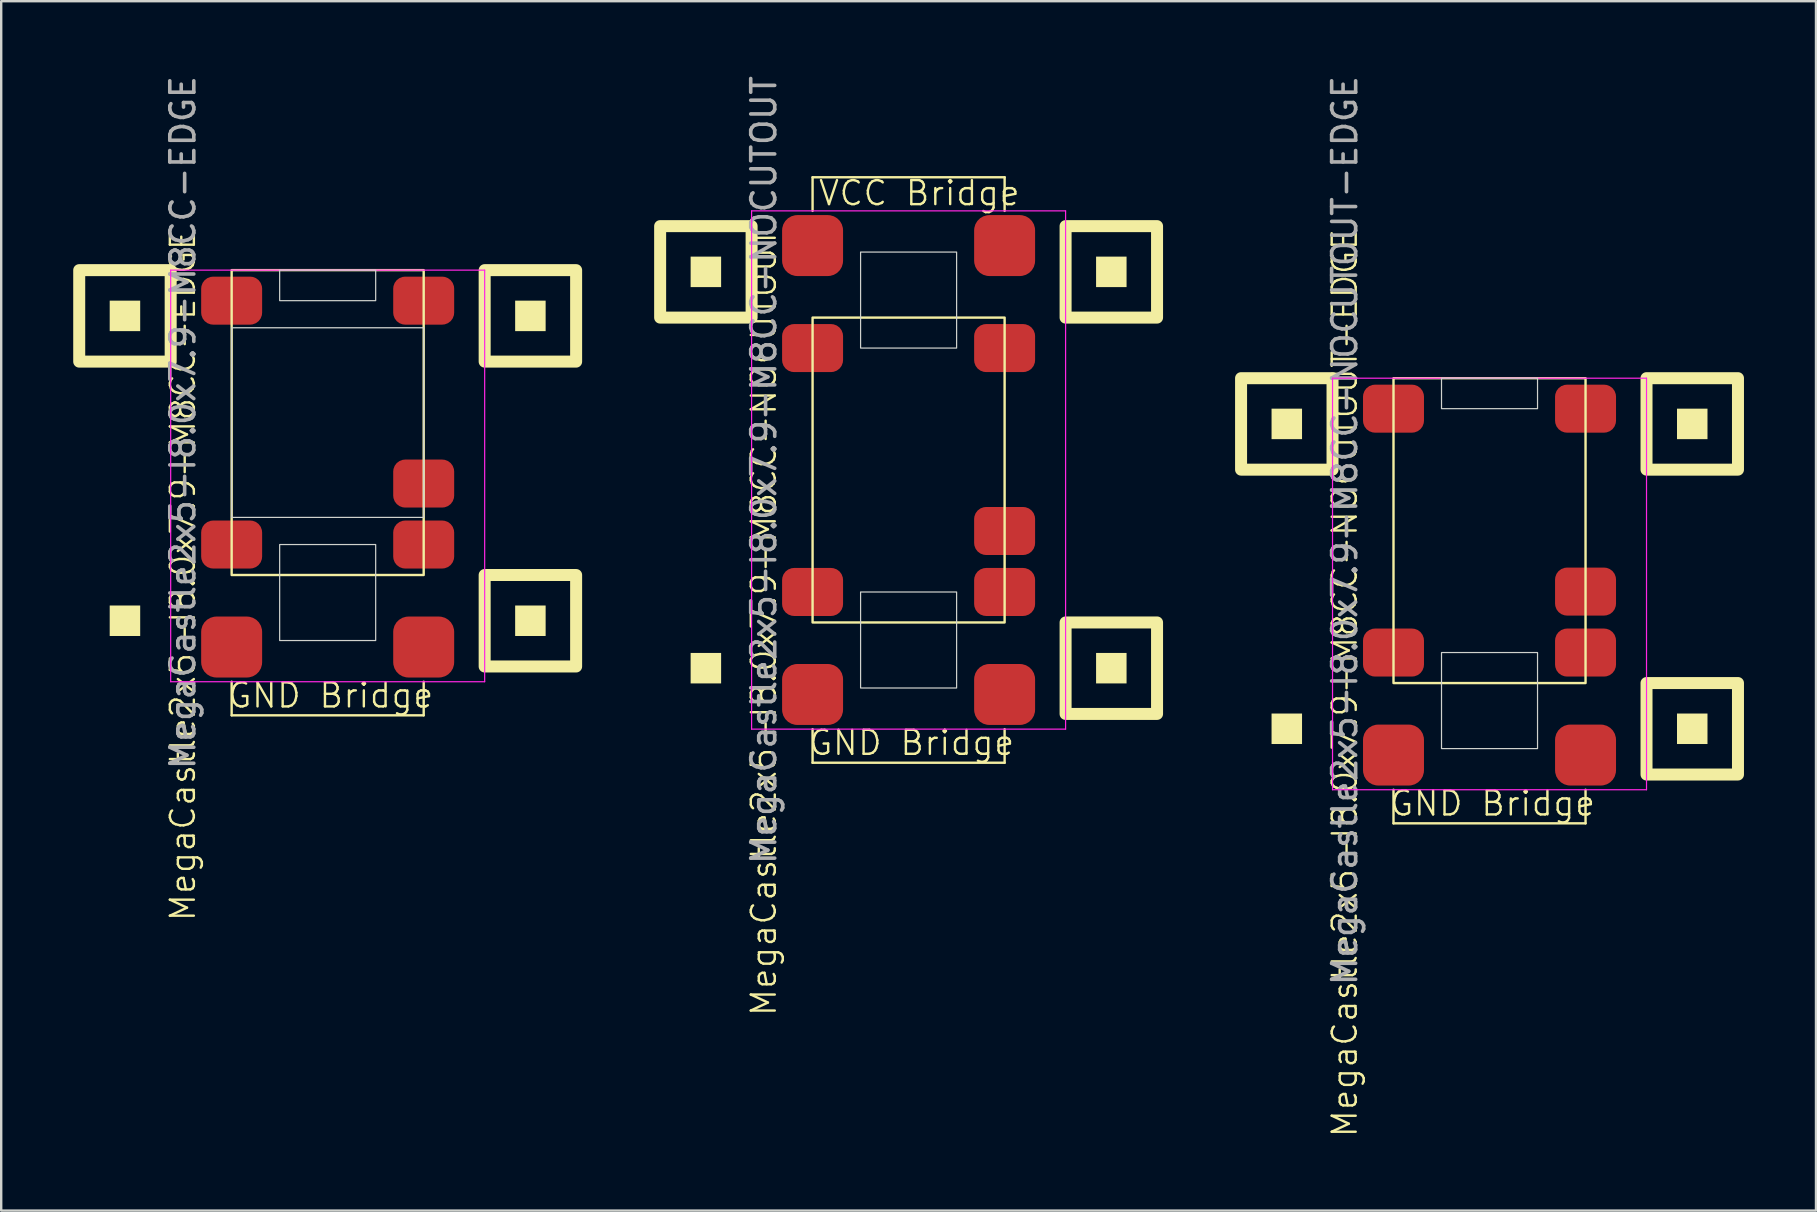
<source format=kicad_pcb>
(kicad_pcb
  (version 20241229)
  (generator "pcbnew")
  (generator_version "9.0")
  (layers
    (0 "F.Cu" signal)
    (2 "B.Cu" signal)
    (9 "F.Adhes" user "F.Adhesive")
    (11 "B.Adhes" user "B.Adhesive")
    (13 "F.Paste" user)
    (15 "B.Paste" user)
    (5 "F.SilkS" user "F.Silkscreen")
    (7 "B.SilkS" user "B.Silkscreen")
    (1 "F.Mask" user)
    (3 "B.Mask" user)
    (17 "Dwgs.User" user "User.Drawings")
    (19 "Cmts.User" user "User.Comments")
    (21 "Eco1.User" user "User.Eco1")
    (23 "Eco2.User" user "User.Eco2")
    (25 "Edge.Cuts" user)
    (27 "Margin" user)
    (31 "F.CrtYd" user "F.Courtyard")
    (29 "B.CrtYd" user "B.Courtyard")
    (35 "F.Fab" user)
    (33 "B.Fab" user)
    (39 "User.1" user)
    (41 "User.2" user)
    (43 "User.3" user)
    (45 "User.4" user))
  (footprint "MegaCastle2x5-I8.0x7.9-M8CC-EDGE"
    (layer "F.Cu")
    (at 10.6 14.554)
    (property "Reference" "MegaCastle2x5-I8.0x7.9-M8CC-EDGE" (at -6.032 6.35 90) (unlocked yes) (layer "F.SilkS") (effects (font (size 1 1) (thickness 0.1))))
    (attr smd)
    (fp_line (start -4 10.795) (end -4 12.195) (stroke (width 0.1) (type default)) (layer "F.SilkS"))
    (fp_line (start -4 12.195) (end 4 12.195) (stroke (width 0.1) (type default)) (layer "F.SilkS"))
    (fp_line (start 4 10.795) (end 4 12.195) (stroke (width 0.1) (type default)) (layer "F.SilkS"))
    (fp_rect (start -7.81 -3.81) (end -9.08 -5.08) (stroke (width 0) (type solid)) (fill yes) (layer "F.SilkS"))
    (fp_rect (start -7.81 8.89) (end -9.08 7.62) (stroke (width 0) (type solid)) (fill yes) (layer "F.SilkS"))
    (fp_rect (start -6.54 -2.54) (end -10.35 -6.35) (stroke (width 0.5) (type default)) (fill no) (layer "F.SilkS"))
    (fp_rect (start -4 -6.35) (end 4 6.35) (stroke (width 0.1) (type default)) (fill no) (layer "F.SilkS"))
    (fp_rect (start 9.08 -3.81) (end 7.81 -5.08) (stroke (width 0) (type solid)) (fill yes) (layer "F.SilkS"))
    (fp_rect (start 9.08 8.89) (end 7.81 7.62) (stroke (width 0) (type solid)) (fill yes) (layer "F.SilkS"))
    (fp_rect (start 10.35 -2.54) (end 6.54 -6.35) (stroke (width 0.5) (type default)) (fill no) (layer "F.SilkS"))
    (fp_rect (start 10.35 10.16) (end 6.54 6.35) (stroke (width 0.5) (type default)) (fill no) (layer "F.SilkS"))
    (fp_rect (start -4 -3.95) (end 4 3.95) (stroke (width 0.05) (type default)) (fill no) (layer "Edge.Cuts"))
    (fp_rect (start -2 -5.08) (end 2 -6.35) (stroke (width 0.05) (type default)) (fill no) (layer "Edge.Cuts"))
    (fp_rect (start -2 5.08) (end 2 9.08) (stroke (width 0.05) (type default)) (fill no) (layer "Edge.Cuts"))
    (fp_line (start -6.54 -6.35) (end -6.54 10.795) (stroke (width 0.05) (type default)) (layer "F.CrtYd"))
    (fp_line (start -6.54 10.795) (end 6.54 10.795) (stroke (width 0.05) (type default)) (layer "F.CrtYd"))
    (fp_line (start 6.54 -6.35) (end -6.54 -6.35) (stroke (width 0.05) (type default)) (layer "F.CrtYd"))
    (fp_line (start 6.54 -6.35) (end 6.54 10.795) (stroke (width 0.05) (type default)) (layer "F.CrtYd"))
    (fp_text user "GND Bridge" (at -4.226 11.95 0) (unlocked yes) (layer "F.SilkS") (effects (font (size 1 1) (thickness 0.1)) (justify left bottom)))
    (fp_text user "${REFERENCE}" (at -6.032 0 90) (unlocked yes) (layer "F.Fab") (effects (font (size 1 1) (thickness 0.15))))
    (pad "1" smd roundrect (at -4 -5.08) (size 2.54 2) (layers "F.Cu" "F.Mask" "F.Paste") (roundrect_rratio 0.25))
    (pad "5" smd roundrect (at -4 5.08) (size 2.54 2) (layers "F.Cu" "F.Mask" "F.Paste") (roundrect_rratio 0.25))
    (pad "6" smd roundrect (at 4 -5.08) (size 2.54 2) (layers "F.Cu" "F.Mask" "F.Paste") (roundrect_rratio 0.25))
    (pad "9" smd roundrect (at 4 2.54) (size 2.54 2) (layers "F.Cu" "F.Mask" "F.Paste") (roundrect_rratio 0.25))
    (pad "10" smd roundrect (at 4 5.08) (size 2.54 2) (layers "F.Cu" "F.Mask" "F.Paste") (roundrect_rratio 0.25))
    (pad "B1" smd roundrect (at -4 9.35) (size 2.54 2.54) (layers "F.Cu" "F.Mask" "F.Paste") (roundrect_rratio 0.25))
    (pad "B2" smd roundrect (at 4 9.35) (size 2.54 2.54) (layers "F.Cu" "F.Mask" "F.Paste") (roundrect_rratio 0.25)))
  (footprint "MegaCastle2x5-I8.0x7.9-M8CC-NOCUTOUT"
    (layer "F.Cu")
    (at 34.8 16.53)
    (property "Reference" "MegaCastle2x5-I8.0x7.9-M8CC-NOCUTOUT" (at -6.032 6.35 90) (unlocked yes) (layer "F.SilkS") (effects (font (size 1 1) (thickness 0.1))))
    (attr smd)
    (fp_line (start -4 -12.195) (end 4 -12.195) (stroke (width 0.1) (type default)) (layer "F.SilkS"))
    (fp_line (start -4 -10.795) (end -4 -12.195) (stroke (width 0.1) (type default)) (layer "F.SilkS"))
    (fp_line (start -4 10.795) (end -4 12.195) (stroke (width 0.1) (type default)) (layer "F.SilkS"))
    (fp_line (start -4 12.195) (end 4 12.195) (stroke (width 0.1) (type default)) (layer "F.SilkS"))
    (fp_line (start 4 -10.795) (end 4 -12.195) (stroke (width 0.1) (type default)) (layer "F.SilkS"))
    (fp_line (start 4 10.795) (end 4 12.195) (stroke (width 0.1) (type default)) (layer "F.SilkS"))
    (fp_rect (start -7.81 -7.62) (end -9.08 -8.89) (stroke (width 0) (type solid)) (fill yes) (layer "F.SilkS"))
    (fp_rect (start -7.81 8.89) (end -9.08 7.62) (stroke (width 0) (type solid)) (fill yes) (layer "F.SilkS"))
    (fp_rect (start -6.54 -6.35) (end -10.35 -10.16) (stroke (width 0.5) (type default)) (fill no) (layer "F.SilkS"))
    (fp_rect (start -4 -6.35) (end 4 6.35) (stroke (width 0.1) (type default)) (fill no) (layer "F.SilkS"))
    (fp_rect (start 9.08 -7.62) (end 7.81 -8.89) (stroke (width 0) (type solid)) (fill yes) (layer "F.SilkS"))
    (fp_rect (start 9.08 8.89) (end 7.81 7.62) (stroke (width 0) (type solid)) (fill yes) (layer "F.SilkS"))
    (fp_rect (start 10.35 -6.35) (end 6.54 -10.16) (stroke (width 0.5) (type default)) (fill no) (layer "F.SilkS"))
    (fp_rect (start 10.35 10.16) (end 6.54 6.35) (stroke (width 0.5) (type default)) (fill no) (layer "F.SilkS"))
    (fp_rect (start -2 -5.08) (end 2 -9.08) (stroke (width 0.05) (type default)) (fill no) (layer "Edge.Cuts"))
    (fp_rect (start -2 5.08) (end 2 9.08) (stroke (width 0.05) (type default)) (fill no) (layer "Edge.Cuts"))
    (fp_line (start -6.54 -10.795) (end -6.54 10.795) (stroke (width 0.05) (type default)) (layer "F.CrtYd"))
    (fp_line (start -6.54 10.795) (end 6.54 10.795) (stroke (width 0.05) (type default)) (layer "F.CrtYd"))
    (fp_line (start 6.54 -10.795) (end -6.54 -10.795) (stroke (width 0.05) (type default)) (layer "F.CrtYd"))
    (fp_line (start 6.54 -10.795) (end 6.54 10.795) (stroke (width 0.05) (type default)) (layer "F.CrtYd"))
    (fp_text user "GND Bridge" (at -4.226 11.95 0) (unlocked yes) (layer "F.SilkS") (effects (font (size 1 1) (thickness 0.1)) (justify left bottom)))
    (fp_text user "VCC Bridge" (at -3.81 -10.95 0) (unlocked yes) (layer "F.SilkS") (effects (font (size 1 1) (thickness 0.1)) (justify left bottom)))
    (fp_text user "${REFERENCE}" (at -6.032 0 90) (unlocked yes) (layer "F.Fab") (effects (font (size 1 1) (thickness 0.15))))
    (pad "1" smd roundrect (at -4 -5.08) (size 2.54 2) (layers "F.Cu" "F.Mask" "F.Paste") (roundrect_rratio 0.25))
    (pad "5" smd roundrect (at -4 5.08) (size 2.54 2) (layers "F.Cu" "F.Mask" "F.Paste") (roundrect_rratio 0.25))
    (pad "6" smd roundrect (at 4 -5.08) (size 2.54 2) (layers "F.Cu" "F.Mask" "F.Paste") (roundrect_rratio 0.25))
    (pad "9" smd roundrect (at 4 2.54) (size 2.54 2) (layers "F.Cu" "F.Mask" "F.Paste") (roundrect_rratio 0.25))
    (pad "10" smd roundrect (at 4 5.08) (size 2.54 2) (layers "F.Cu" "F.Mask" "F.Paste") (roundrect_rratio 0.25))
    (pad "A1" smd roundrect (at -4 -9.35) (size 2.54 2.54) (layers "F.Cu" "F.Mask" "F.Paste") (roundrect_rratio 0.25))
    (pad "A2" smd roundrect (at 4 -9.35) (size 2.54 2.54) (layers "F.Cu" "F.Mask" "F.Paste") (roundrect_rratio 0.25))
    (pad "B1" smd roundrect (at -4 9.35) (size 2.54 2.54) (layers "F.Cu" "F.Mask" "F.Paste") (roundrect_rratio 0.25))
    (pad "B2" smd roundrect (at 4 9.35) (size 2.54 2.54) (layers "F.Cu" "F.Mask" "F.Paste") (roundrect_rratio 0.25)))
  (footprint "MegaCastle2x5-I8.0x7.9-M8CC-NOCUTOUT-EDGE"
    (layer "F.Cu")
    (at 59 19.054)
    (property "Reference" "MegaCastle2x5-I8.0x7.9-M8CC-NOCUTOUT-EDGE" (at -6.032 6.35 90) (unlocked yes) (layer "F.SilkS") (effects (font (size 1 1) (thickness 0.1))))
    (attr smd)
    (fp_line (start -4 10.795) (end -4 12.195) (stroke (width 0.1) (type default)) (layer "F.SilkS"))
    (fp_line (start -4 12.195) (end 4 12.195) (stroke (width 0.1) (type default)) (layer "F.SilkS"))
    (fp_line (start 4 10.795) (end 4 12.195) (stroke (width 0.1) (type default)) (layer "F.SilkS"))
    (fp_rect (start -7.81 -3.81) (end -9.08 -5.08) (stroke (width 0) (type solid)) (fill yes) (layer "F.SilkS"))
    (fp_rect (start -7.81 8.89) (end -9.08 7.62) (stroke (width 0) (type solid)) (fill yes) (layer "F.SilkS"))
    (fp_rect (start -6.54 -2.54) (end -10.35 -6.35) (stroke (width 0.5) (type default)) (fill no) (layer "F.SilkS"))
    (fp_rect (start -4 -6.35) (end 4 6.35) (stroke (width 0.1) (type default)) (fill no) (layer "F.SilkS"))
    (fp_rect (start 9.08 -3.81) (end 7.81 -5.08) (stroke (width 0) (type solid)) (fill yes) (layer "F.SilkS"))
    (fp_rect (start 9.08 8.89) (end 7.81 7.62) (stroke (width 0) (type solid)) (fill yes) (layer "F.SilkS"))
    (fp_rect (start 10.35 -2.54) (end 6.54 -6.35) (stroke (width 0.5) (type default)) (fill no) (layer "F.SilkS"))
    (fp_rect (start 10.35 10.16) (end 6.54 6.35) (stroke (width 0.5) (type default)) (fill no) (layer "F.SilkS"))
    (fp_rect (start -2 -5.08) (end 2 -6.35) (stroke (width 0.05) (type default)) (fill no) (layer "Edge.Cuts"))
    (fp_rect (start -2 5.08) (end 2 9.08) (stroke (width 0.05) (type default)) (fill no) (layer "Edge.Cuts"))
    (fp_line (start -6.54 -6.35) (end -6.54 10.795) (stroke (width 0.05) (type default)) (layer "F.CrtYd"))
    (fp_line (start -6.54 10.795) (end 6.54 10.795) (stroke (width 0.05) (type default)) (layer "F.CrtYd"))
    (fp_line (start 6.54 -6.35) (end -6.54 -6.35) (stroke (width 0.05) (type default)) (layer "F.CrtYd"))
    (fp_line (start 6.54 -6.35) (end 6.54 10.795) (stroke (width 0.05) (type default)) (layer "F.CrtYd"))
    (fp_text user "GND Bridge" (at -4.226 11.95 0) (unlocked yes) (layer "F.SilkS") (effects (font (size 1 1) (thickness 0.1)) (justify left bottom)))
    (fp_text user "${REFERENCE}" (at -6.032 0 90) (unlocked yes) (layer "F.Fab") (effects (font (size 1 1) (thickness 0.15))))
    (pad "1" smd roundrect (at -4 -5.08) (size 2.54 2) (layers "F.Cu" "F.Mask" "F.Paste") (roundrect_rratio 0.25))
    (pad "5" smd roundrect (at -4 5.08) (size 2.54 2) (layers "F.Cu" "F.Mask" "F.Paste") (roundrect_rratio 0.25))
    (pad "6" smd roundrect (at 4 -5.08) (size 2.54 2) (layers "F.Cu" "F.Mask" "F.Paste") (roundrect_rratio 0.25))
    (pad "9" smd roundrect (at 4 2.54) (size 2.54 2) (layers "F.Cu" "F.Mask" "F.Paste") (roundrect_rratio 0.25))
    (pad "10" smd roundrect (at 4 5.08) (size 2.54 2) (layers "F.Cu" "F.Mask" "F.Paste") (roundrect_rratio 0.25))
    (pad "B1" smd roundrect (at -4 9.35) (size 2.54 2.54) (layers "F.Cu" "F.Mask" "F.Paste") (roundrect_rratio 0.25))
    (pad "B2" smd roundrect (at 4 9.35) (size 2.54 2.54) (layers "F.Cu" "F.Mask" "F.Paste") (roundrect_rratio 0.25)))
  (gr_rect
    (start -3 -3)
    (end 72.6 47.382)
    (stroke (width 0.1) (type default))
    (fill no)
    (layer "Edge.Cuts")))
</source>
